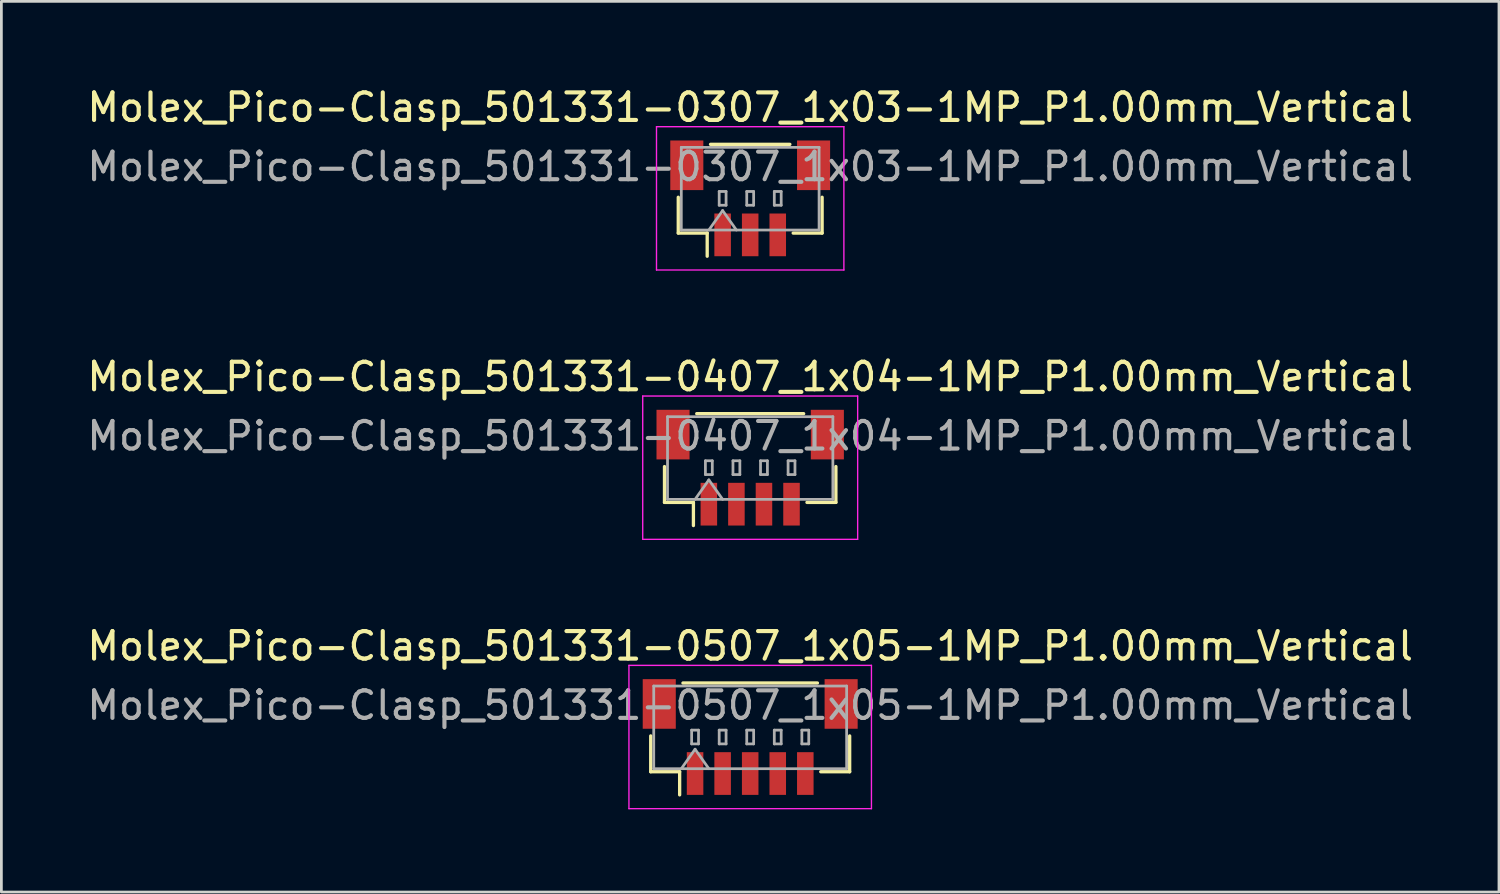
<source format=kicad_pcb>
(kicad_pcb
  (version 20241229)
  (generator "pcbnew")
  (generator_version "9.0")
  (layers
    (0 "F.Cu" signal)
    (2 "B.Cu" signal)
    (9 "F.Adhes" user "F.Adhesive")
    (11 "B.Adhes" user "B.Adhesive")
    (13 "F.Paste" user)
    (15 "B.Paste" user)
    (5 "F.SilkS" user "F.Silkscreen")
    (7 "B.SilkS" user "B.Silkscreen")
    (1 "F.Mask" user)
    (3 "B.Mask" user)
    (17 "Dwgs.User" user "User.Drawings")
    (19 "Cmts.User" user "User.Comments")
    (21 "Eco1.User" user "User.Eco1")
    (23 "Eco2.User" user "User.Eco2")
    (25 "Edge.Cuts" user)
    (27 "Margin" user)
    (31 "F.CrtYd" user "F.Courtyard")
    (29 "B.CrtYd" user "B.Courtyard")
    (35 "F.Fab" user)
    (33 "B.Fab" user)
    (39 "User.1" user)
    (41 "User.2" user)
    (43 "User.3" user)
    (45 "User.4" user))
  (footprint "Molex_Pico-Clasp_501331-0507_1x05-1MP_P1.00mm_Vertical"
    (layer "F.Cu")
    (at 24.173 23.695)
    (property "Reference" "Molex_Pico-Clasp_501331-0507_1x05-1MP_P1.00mm_Vertical" (at 0 -3.3 0) (layer "F.SilkS") (effects (font (size 1 1) (thickness 0.15))))
    (attr smd)
    (fp_line (start -3.61 -0.04) (end -3.61 1.26) (stroke (width 0.12) (type solid)) (layer "F.SilkS"))
    (fp_line (start -3.61 1.26) (end -2.56 1.26) (stroke (width 0.12) (type solid)) (layer "F.SilkS"))
    (fp_line (start -2.56 1.26) (end -2.56 2.1) (stroke (width 0.12) (type solid)) (layer "F.SilkS"))
    (fp_line (start -2.44 -1.96) (end 2.44 -1.96) (stroke (width 0.12) (type solid)) (layer "F.SilkS"))
    (fp_line (start 3.61 -0.04) (end 3.61 1.26) (stroke (width 0.12) (type solid)) (layer "F.SilkS"))
    (fp_line (start 3.61 1.26) (end 2.56 1.26) (stroke (width 0.12) (type solid)) (layer "F.SilkS"))
    (fp_line (start -4.4 -2.6) (end -4.4 2.6) (stroke (width 0.05) (type solid)) (layer "F.CrtYd"))
    (fp_line (start -4.4 2.6) (end 4.4 2.6) (stroke (width 0.05) (type solid)) (layer "F.CrtYd"))
    (fp_line (start 4.4 -2.6) (end -4.4 -2.6) (stroke (width 0.05) (type solid)) (layer "F.CrtYd"))
    (fp_line (start 4.4 2.6) (end 4.4 -2.6) (stroke (width 0.05) (type solid)) (layer "F.CrtYd"))
    (fp_line (start -3.5 -1.85) (end 3.5 -1.85) (stroke (width 0.1) (type solid)) (layer "F.Fab"))
    (fp_line (start -3.5 1.15) (end -3.5 -1.85) (stroke (width 0.1) (type solid)) (layer "F.Fab"))
    (fp_line (start -3.5 1.15) (end 3.5 1.15) (stroke (width 0.1) (type solid)) (layer "F.Fab"))
    (fp_line (start -2.5 1.15) (end -2 0.443) (stroke (width 0.1) (type solid)) (layer "F.Fab"))
    (fp_line (start -2.125 -0.25) (end -2.125 0.25) (stroke (width 0.1) (type solid)) (layer "F.Fab"))
    (fp_line (start -2.125 0.25) (end -1.875 0.25) (stroke (width 0.1) (type solid)) (layer "F.Fab"))
    (fp_line (start -2 0.443) (end -1.5 1.15) (stroke (width 0.1) (type solid)) (layer "F.Fab"))
    (fp_line (start -1.875 -0.25) (end -2.125 -0.25) (stroke (width 0.1) (type solid)) (layer "F.Fab"))
    (fp_line (start -1.875 0.25) (end -1.875 -0.25) (stroke (width 0.1) (type solid)) (layer "F.Fab"))
    (fp_line (start -1.125 -0.25) (end -1.125 0.25) (stroke (width 0.1) (type solid)) (layer "F.Fab"))
    (fp_line (start -1.125 0.25) (end -0.875 0.25) (stroke (width 0.1) (type solid)) (layer "F.Fab"))
    (fp_line (start -0.875 -0.25) (end -1.125 -0.25) (stroke (width 0.1) (type solid)) (layer "F.Fab"))
    (fp_line (start -0.875 0.25) (end -0.875 -0.25) (stroke (width 0.1) (type solid)) (layer "F.Fab"))
    (fp_line (start -0.125 -0.25) (end -0.125 0.25) (stroke (width 0.1) (type solid)) (layer "F.Fab"))
    (fp_line (start -0.125 0.25) (end 0.125 0.25) (stroke (width 0.1) (type solid)) (layer "F.Fab"))
    (fp_line (start 0.125 -0.25) (end -0.125 -0.25) (stroke (width 0.1) (type solid)) (layer "F.Fab"))
    (fp_line (start 0.125 0.25) (end 0.125 -0.25) (stroke (width 0.1) (type solid)) (layer "F.Fab"))
    (fp_line (start 0.875 -0.25) (end 0.875 0.25) (stroke (width 0.1) (type solid)) (layer "F.Fab"))
    (fp_line (start 0.875 0.25) (end 1.125 0.25) (stroke (width 0.1) (type solid)) (layer "F.Fab"))
    (fp_line (start 1.125 -0.25) (end 0.875 -0.25) (stroke (width 0.1) (type solid)) (layer "F.Fab"))
    (fp_line (start 1.125 0.25) (end 1.125 -0.25) (stroke (width 0.1) (type solid)) (layer "F.Fab"))
    (fp_line (start 1.875 -0.25) (end 1.875 0.25) (stroke (width 0.1) (type solid)) (layer "F.Fab"))
    (fp_line (start 1.875 0.25) (end 2.125 0.25) (stroke (width 0.1) (type solid)) (layer "F.Fab"))
    (fp_line (start 2.125 -0.25) (end 1.875 -0.25) (stroke (width 0.1) (type solid)) (layer "F.Fab"))
    (fp_line (start 2.125 0.25) (end 2.125 -0.25) (stroke (width 0.1) (type solid)) (layer "F.Fab"))
    (fp_line (start 3.5 1.15) (end 3.5 -1.85) (stroke (width 0.1) (type solid)) (layer "F.Fab"))
    (fp_text user "${REFERENCE}" (at 0 -1.15 0) (layer "F.Fab") (effects (font (size 1 1) (thickness 0.15))))
    (pad "1" smd rect (at -2 1.325) (size 0.6 1.55) (layers "F.Cu" "F.Mask" "F.Paste"))
    (pad "2" smd rect (at -1 1.325) (size 0.6 1.55) (layers "F.Cu" "F.Mask" "F.Paste"))
    (pad "3" smd rect (at 0 1.325) (size 0.6 1.55) (layers "F.Cu" "F.Mask" "F.Paste"))
    (pad "4" smd rect (at 1 1.325) (size 0.6 1.55) (layers "F.Cu" "F.Mask" "F.Paste"))
    (pad "5" smd rect (at 2 1.325) (size 0.6 1.55) (layers "F.Cu" "F.Mask" "F.Paste"))
    (pad "MP" smd rect (at -3.3 -1.2) (size 1.2 1.8) (layers "F.Cu" "F.Mask" "F.Paste"))
    (pad "MP" smd rect (at 3.3 -1.2) (size 1.2 1.8) (layers "F.Cu" "F.Mask" "F.Paste")))
  (footprint "Molex_Pico-Clasp_501331-0407_1x04-1MP_P1.00mm_Vertical"
    (layer "F.Cu")
    (at 24.173 13.921)
    (property "Reference" "Molex_Pico-Clasp_501331-0407_1x04-1MP_P1.00mm_Vertical" (at 0 -3.3 0) (layer "F.SilkS") (effects (font (size 1 1) (thickness 0.15))))
    (attr smd)
    (fp_line (start -3.11 -0.04) (end -3.11 1.26) (stroke (width 0.12) (type solid)) (layer "F.SilkS"))
    (fp_line (start -3.11 1.26) (end -2.06 1.26) (stroke (width 0.12) (type solid)) (layer "F.SilkS"))
    (fp_line (start -2.06 1.26) (end -2.06 2.1) (stroke (width 0.12) (type solid)) (layer "F.SilkS"))
    (fp_line (start -1.94 -1.96) (end 1.94 -1.96) (stroke (width 0.12) (type solid)) (layer "F.SilkS"))
    (fp_line (start 3.11 -0.04) (end 3.11 1.26) (stroke (width 0.12) (type solid)) (layer "F.SilkS"))
    (fp_line (start 3.11 1.26) (end 2.06 1.26) (stroke (width 0.12) (type solid)) (layer "F.SilkS"))
    (fp_line (start -3.9 -2.6) (end -3.9 2.6) (stroke (width 0.05) (type solid)) (layer "F.CrtYd"))
    (fp_line (start -3.9 2.6) (end 3.9 2.6) (stroke (width 0.05) (type solid)) (layer "F.CrtYd"))
    (fp_line (start 3.9 -2.6) (end -3.9 -2.6) (stroke (width 0.05) (type solid)) (layer "F.CrtYd"))
    (fp_line (start 3.9 2.6) (end 3.9 -2.6) (stroke (width 0.05) (type solid)) (layer "F.CrtYd"))
    (fp_line (start -3 -1.85) (end 3 -1.85) (stroke (width 0.1) (type solid)) (layer "F.Fab"))
    (fp_line (start -3 1.15) (end -3 -1.85) (stroke (width 0.1) (type solid)) (layer "F.Fab"))
    (fp_line (start -3 1.15) (end 3 1.15) (stroke (width 0.1) (type solid)) (layer "F.Fab"))
    (fp_line (start -2 1.15) (end -1.5 0.443) (stroke (width 0.1) (type solid)) (layer "F.Fab"))
    (fp_line (start -1.625 -0.25) (end -1.625 0.25) (stroke (width 0.1) (type solid)) (layer "F.Fab"))
    (fp_line (start -1.625 0.25) (end -1.375 0.25) (stroke (width 0.1) (type solid)) (layer "F.Fab"))
    (fp_line (start -1.5 0.443) (end -1 1.15) (stroke (width 0.1) (type solid)) (layer "F.Fab"))
    (fp_line (start -1.375 -0.25) (end -1.625 -0.25) (stroke (width 0.1) (type solid)) (layer "F.Fab"))
    (fp_line (start -1.375 0.25) (end -1.375 -0.25) (stroke (width 0.1) (type solid)) (layer "F.Fab"))
    (fp_line (start -0.625 -0.25) (end -0.625 0.25) (stroke (width 0.1) (type solid)) (layer "F.Fab"))
    (fp_line (start -0.625 0.25) (end -0.375 0.25) (stroke (width 0.1) (type solid)) (layer "F.Fab"))
    (fp_line (start -0.375 -0.25) (end -0.625 -0.25) (stroke (width 0.1) (type solid)) (layer "F.Fab"))
    (fp_line (start -0.375 0.25) (end -0.375 -0.25) (stroke (width 0.1) (type solid)) (layer "F.Fab"))
    (fp_line (start 0.375 -0.25) (end 0.375 0.25) (stroke (width 0.1) (type solid)) (layer "F.Fab"))
    (fp_line (start 0.375 0.25) (end 0.625 0.25) (stroke (width 0.1) (type solid)) (layer "F.Fab"))
    (fp_line (start 0.625 -0.25) (end 0.375 -0.25) (stroke (width 0.1) (type solid)) (layer "F.Fab"))
    (fp_line (start 0.625 0.25) (end 0.625 -0.25) (stroke (width 0.1) (type solid)) (layer "F.Fab"))
    (fp_line (start 1.375 -0.25) (end 1.375 0.25) (stroke (width 0.1) (type solid)) (layer "F.Fab"))
    (fp_line (start 1.375 0.25) (end 1.625 0.25) (stroke (width 0.1) (type solid)) (layer "F.Fab"))
    (fp_line (start 1.625 -0.25) (end 1.375 -0.25) (stroke (width 0.1) (type solid)) (layer "F.Fab"))
    (fp_line (start 1.625 0.25) (end 1.625 -0.25) (stroke (width 0.1) (type solid)) (layer "F.Fab"))
    (fp_line (start 3 1.15) (end 3 -1.85) (stroke (width 0.1) (type solid)) (layer "F.Fab"))
    (fp_text user "${REFERENCE}" (at 0 -1.15 0) (layer "F.Fab") (effects (font (size 1 1) (thickness 0.15))))
    (pad "1" smd rect (at -1.5 1.325) (size 0.6 1.55) (layers "F.Cu" "F.Mask" "F.Paste"))
    (pad "2" smd rect (at -0.5 1.325) (size 0.6 1.55) (layers "F.Cu" "F.Mask" "F.Paste"))
    (pad "3" smd rect (at 0.5 1.325) (size 0.6 1.55) (layers "F.Cu" "F.Mask" "F.Paste"))
    (pad "4" smd rect (at 1.5 1.325) (size 0.6 1.55) (layers "F.Cu" "F.Mask" "F.Paste"))
    (pad "MP" smd rect (at -2.8 -1.2) (size 1.2 1.8) (layers "F.Cu" "F.Mask" "F.Paste"))
    (pad "MP" smd rect (at 2.8 -1.2) (size 1.2 1.8) (layers "F.Cu" "F.Mask" "F.Paste")))
  (footprint "Molex_Pico-Clasp_501331-0307_1x03-1MP_P1.00mm_Vertical"
    (layer "F.Cu")
    (at 24.173 4.148)
    (property "Reference" "Molex_Pico-Clasp_501331-0307_1x03-1MP_P1.00mm_Vertical" (at 0 -3.3 0) (layer "F.SilkS") (effects (font (size 1 1) (thickness 0.15))))
    (attr smd)
    (fp_line (start -2.61 -0.04) (end -2.61 1.26) (stroke (width 0.12) (type solid)) (layer "F.SilkS"))
    (fp_line (start -2.61 1.26) (end -1.56 1.26) (stroke (width 0.12) (type solid)) (layer "F.SilkS"))
    (fp_line (start -1.56 1.26) (end -1.56 2.1) (stroke (width 0.12) (type solid)) (layer "F.SilkS"))
    (fp_line (start -1.44 -1.96) (end 1.44 -1.96) (stroke (width 0.12) (type solid)) (layer "F.SilkS"))
    (fp_line (start 2.61 -0.04) (end 2.61 1.26) (stroke (width 0.12) (type solid)) (layer "F.SilkS"))
    (fp_line (start 2.61 1.26) (end 1.56 1.26) (stroke (width 0.12) (type solid)) (layer "F.SilkS"))
    (fp_line (start -3.4 -2.6) (end -3.4 2.6) (stroke (width 0.05) (type solid)) (layer "F.CrtYd"))
    (fp_line (start -3.4 2.6) (end 3.4 2.6) (stroke (width 0.05) (type solid)) (layer "F.CrtYd"))
    (fp_line (start 3.4 -2.6) (end -3.4 -2.6) (stroke (width 0.05) (type solid)) (layer "F.CrtYd"))
    (fp_line (start 3.4 2.6) (end 3.4 -2.6) (stroke (width 0.05) (type solid)) (layer "F.CrtYd"))
    (fp_line (start -2.5 -1.85) (end 2.5 -1.85) (stroke (width 0.1) (type solid)) (layer "F.Fab"))
    (fp_line (start -2.5 1.15) (end -2.5 -1.85) (stroke (width 0.1) (type solid)) (layer "F.Fab"))
    (fp_line (start -2.5 1.15) (end 2.5 1.15) (stroke (width 0.1) (type solid)) (layer "F.Fab"))
    (fp_line (start -1.5 1.15) (end -1 0.443) (stroke (width 0.1) (type solid)) (layer "F.Fab"))
    (fp_line (start -1.125 -0.25) (end -1.125 0.25) (stroke (width 0.1) (type solid)) (layer "F.Fab"))
    (fp_line (start -1.125 0.25) (end -0.875 0.25) (stroke (width 0.1) (type solid)) (layer "F.Fab"))
    (fp_line (start -1 0.443) (end -0.5 1.15) (stroke (width 0.1) (type solid)) (layer "F.Fab"))
    (fp_line (start -0.875 -0.25) (end -1.125 -0.25) (stroke (width 0.1) (type solid)) (layer "F.Fab"))
    (fp_line (start -0.875 0.25) (end -0.875 -0.25) (stroke (width 0.1) (type solid)) (layer "F.Fab"))
    (fp_line (start -0.125 -0.25) (end -0.125 0.25) (stroke (width 0.1) (type solid)) (layer "F.Fab"))
    (fp_line (start -0.125 0.25) (end 0.125 0.25) (stroke (width 0.1) (type solid)) (layer "F.Fab"))
    (fp_line (start 0.125 -0.25) (end -0.125 -0.25) (stroke (width 0.1) (type solid)) (layer "F.Fab"))
    (fp_line (start 0.125 0.25) (end 0.125 -0.25) (stroke (width 0.1) (type solid)) (layer "F.Fab"))
    (fp_line (start 0.875 -0.25) (end 0.875 0.25) (stroke (width 0.1) (type solid)) (layer "F.Fab"))
    (fp_line (start 0.875 0.25) (end 1.125 0.25) (stroke (width 0.1) (type solid)) (layer "F.Fab"))
    (fp_line (start 1.125 -0.25) (end 0.875 -0.25) (stroke (width 0.1) (type solid)) (layer "F.Fab"))
    (fp_line (start 1.125 0.25) (end 1.125 -0.25) (stroke (width 0.1) (type solid)) (layer "F.Fab"))
    (fp_line (start 2.5 1.15) (end 2.5 -1.85) (stroke (width 0.1) (type solid)) (layer "F.Fab"))
    (fp_text user "${REFERENCE}" (at 0 -1.15 0) (layer "F.Fab") (effects (font (size 1 1) (thickness 0.15))))
    (pad "1" smd rect (at -1 1.325) (size 0.6 1.55) (layers "F.Cu" "F.Mask" "F.Paste"))
    (pad "2" smd rect (at 0 1.325) (size 0.6 1.55) (layers "F.Cu" "F.Mask" "F.Paste"))
    (pad "3" smd rect (at 1 1.325) (size 0.6 1.55) (layers "F.Cu" "F.Mask" "F.Paste"))
    (pad "MP" smd rect (at -2.3 -1.2) (size 1.2 1.8) (layers "F.Cu" "F.Mask" "F.Paste"))
    (pad "MP" smd rect (at 2.3 -1.2) (size 1.2 1.8) (layers "F.Cu" "F.Mask" "F.Paste")))
  (gr_rect
    (start -3 -3)
    (end 51.345 29.32)
    (stroke (width 0.1) (type default))
    (fill no)
    (layer "Edge.Cuts")))
</source>
